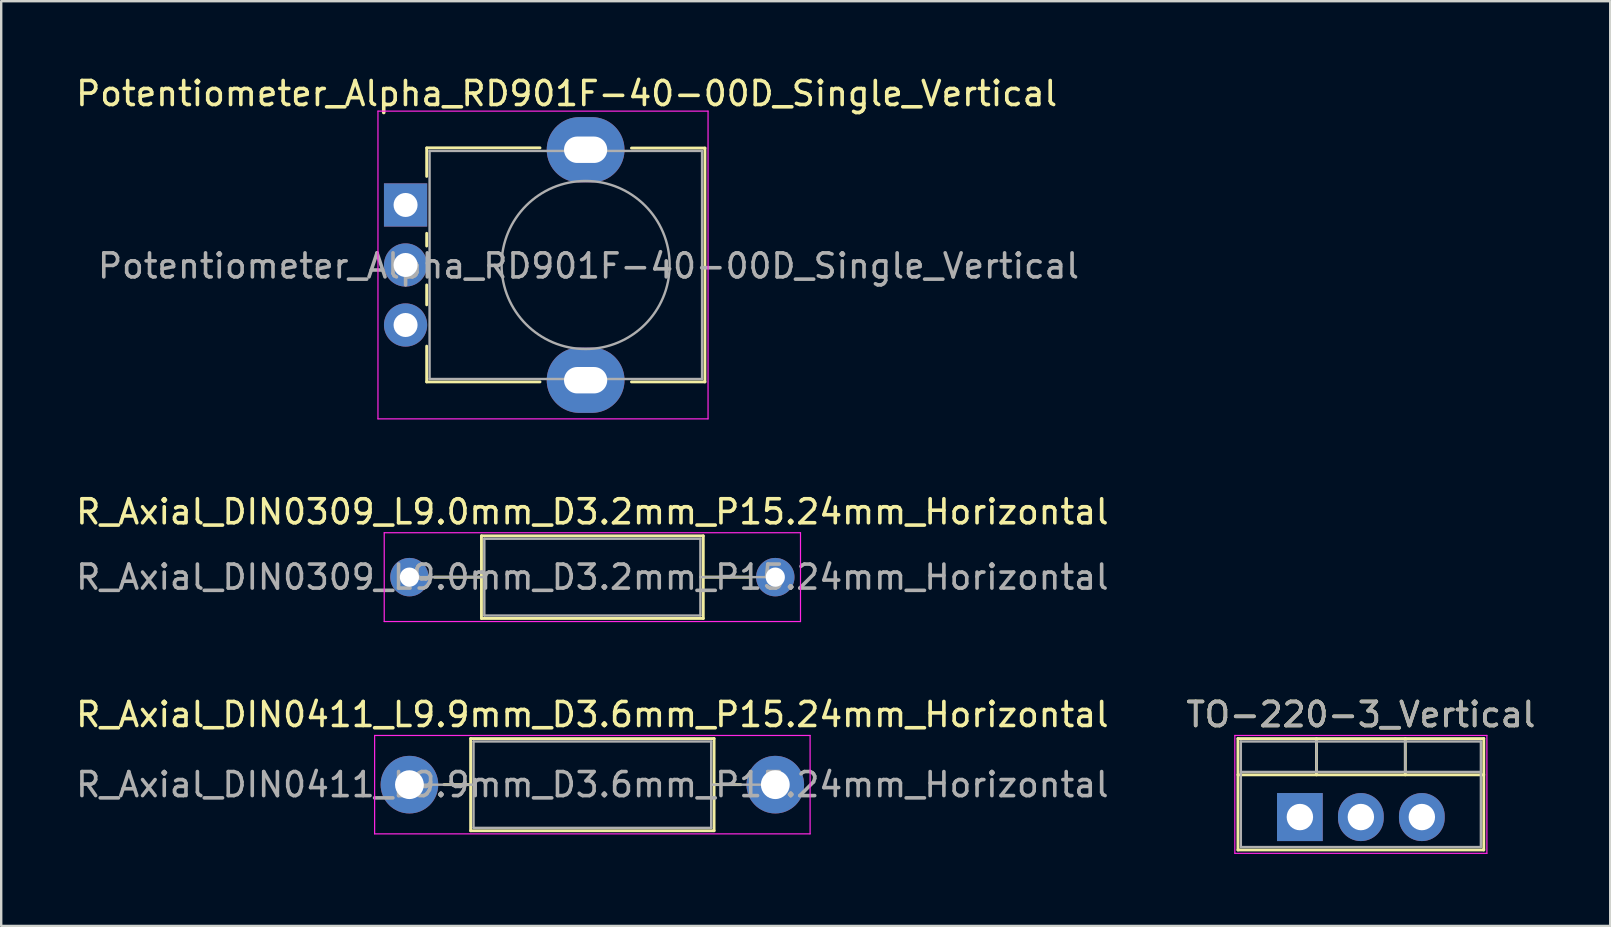
<source format=kicad_pcb>
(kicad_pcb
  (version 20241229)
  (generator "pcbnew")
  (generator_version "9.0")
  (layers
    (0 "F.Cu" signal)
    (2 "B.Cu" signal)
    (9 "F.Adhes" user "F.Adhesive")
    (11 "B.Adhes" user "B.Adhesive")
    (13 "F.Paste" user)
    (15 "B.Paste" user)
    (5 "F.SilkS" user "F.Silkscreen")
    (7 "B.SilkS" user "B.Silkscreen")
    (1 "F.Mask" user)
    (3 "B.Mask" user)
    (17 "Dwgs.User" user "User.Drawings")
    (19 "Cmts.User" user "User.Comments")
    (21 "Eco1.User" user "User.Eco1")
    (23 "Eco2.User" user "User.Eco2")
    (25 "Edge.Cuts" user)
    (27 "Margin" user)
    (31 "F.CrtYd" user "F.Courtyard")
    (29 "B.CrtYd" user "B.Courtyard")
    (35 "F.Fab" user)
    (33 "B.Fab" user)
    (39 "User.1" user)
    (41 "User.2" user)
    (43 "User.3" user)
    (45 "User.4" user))
  (footprint "R_Axial_DIN0309_L9.0mm_D3.2mm_P15.24mm_Horizontal"
    (layer "F.Cu")
    (at 14.005 20.991)
    (property "Reference" "R_Axial_DIN0309_L9.0mm_D3.2mm_P15.24mm_Horizontal" (at 7.62 -2.72 0) (layer "F.SilkS") (effects (font (size 1 1) (thickness 0.15))))
    (attr through_hole)
    (fp_line (start 1.04 0) (end 3 0) (stroke (width 0.12) (type solid)) (layer "F.SilkS"))
    (fp_line (start 3 -1.72) (end 3 1.72) (stroke (width 0.12) (type solid)) (layer "F.SilkS"))
    (fp_line (start 3 1.72) (end 12.24 1.72) (stroke (width 0.12) (type solid)) (layer "F.SilkS"))
    (fp_line (start 12.24 -1.72) (end 3 -1.72) (stroke (width 0.12) (type solid)) (layer "F.SilkS"))
    (fp_line (start 12.24 1.72) (end 12.24 -1.72) (stroke (width 0.12) (type solid)) (layer "F.SilkS"))
    (fp_line (start 14.2 0) (end 12.24 0) (stroke (width 0.12) (type solid)) (layer "F.SilkS"))
    (fp_line (start -1.05 -1.85) (end -1.05 1.85) (stroke (width 0.05) (type solid)) (layer "F.CrtYd"))
    (fp_line (start -1.05 1.85) (end 16.29 1.85) (stroke (width 0.05) (type solid)) (layer "F.CrtYd"))
    (fp_line (start 16.29 -1.85) (end -1.05 -1.85) (stroke (width 0.05) (type solid)) (layer "F.CrtYd"))
    (fp_line (start 16.29 1.85) (end 16.29 -1.85) (stroke (width 0.05) (type solid)) (layer "F.CrtYd"))
    (fp_line (start 0 0) (end 3.12 0) (stroke (width 0.1) (type solid)) (layer "F.Fab"))
    (fp_line (start 3.12 -1.6) (end 3.12 1.6) (stroke (width 0.1) (type solid)) (layer "F.Fab"))
    (fp_line (start 3.12 1.6) (end 12.12 1.6) (stroke (width 0.1) (type solid)) (layer "F.Fab"))
    (fp_line (start 12.12 -1.6) (end 3.12 -1.6) (stroke (width 0.1) (type solid)) (layer "F.Fab"))
    (fp_line (start 12.12 1.6) (end 12.12 -1.6) (stroke (width 0.1) (type solid)) (layer "F.Fab"))
    (fp_line (start 15.24 0) (end 12.12 0) (stroke (width 0.1) (type solid)) (layer "F.Fab"))
    (fp_text user "${REFERENCE}" (at 7.62 0 0) (layer "F.Fab") (effects (font (size 1 1) (thickness 0.15))))
    (pad "1" thru_hole circle (at 0 0) (size 1.6 1.6) (drill 0.8) (layers "*.Cu" "*.Mask"))
    (pad "2" thru_hole oval (at 15.24 0) (size 1.6 1.6) (drill 0.8) (layers "*.Cu" "*.Mask")))
  (footprint "Potentiometer_Alpha_RD901F-40-00D_Single_Vertical"
    (layer "F.Cu")
    (at 13.844 5.488)
    (property "Reference" "Potentiometer_Alpha_RD901F-40-00D_Single_Vertical" (at 6.71 -4.64 180) (layer "F.SilkS") (effects (font (size 1 1) (thickness 0.15))))
    (attr through_hole)
    (fp_line (start 0.88 -2.38) (end 5.6 -2.38) (stroke (width 0.12) (type solid)) (layer "F.SilkS"))
    (fp_line (start 0.88 -1.19) (end 0.88 -2.37) (stroke (width 0.12) (type solid)) (layer "F.SilkS"))
    (fp_line (start 0.88 1.71) (end 0.88 1.18) (stroke (width 0.12) (type solid)) (layer "F.SilkS"))
    (fp_line (start 0.88 4.16) (end 0.88 3.33) (stroke (width 0.12) (type solid)) (layer "F.SilkS"))
    (fp_line (start 0.88 7.37) (end 0.88 5.88) (stroke (width 0.12) (type solid)) (layer "F.SilkS"))
    (fp_line (start 0.88 7.37) (end 5.6 7.37) (stroke (width 0.12) (type solid)) (layer "F.SilkS"))
    (fp_line (start 9.41 -2.37) (end 12.47 -2.37) (stroke (width 0.12) (type solid)) (layer "F.SilkS"))
    (fp_line (start 9.41 7.37) (end 12.47 7.37) (stroke (width 0.12) (type solid)) (layer "F.SilkS"))
    (fp_line (start 12.47 7.37) (end 12.47 -2.37) (stroke (width 0.12) (type solid)) (layer "F.SilkS"))
    (fp_line (start -1.15 -3.91) (end -1.15 8.91) (stroke (width 0.05) (type solid)) (layer "F.CrtYd"))
    (fp_line (start -1.15 8.91) (end 12.6 8.91) (stroke (width 0.05) (type solid)) (layer "F.CrtYd"))
    (fp_line (start 12.6 -3.91) (end -1.15 -3.91) (stroke (width 0.05) (type solid)) (layer "F.CrtYd"))
    (fp_line (start 12.6 8.91) (end 12.6 -3.91) (stroke (width 0.05) (type solid)) (layer "F.CrtYd"))
    (fp_line (start 1 -2.25) (end 12.35 -2.25) (stroke (width 0.1) (type solid)) (layer "F.Fab"))
    (fp_line (start 1 7.25) (end 1 -2.25) (stroke (width 0.1) (type solid)) (layer "F.Fab"))
    (fp_line (start 1 7.25) (end 12.35 7.25) (stroke (width 0.1) (type solid)) (layer "F.Fab"))
    (fp_line (start 12.35 7.25) (end 12.35 -2.25) (stroke (width 0.1) (type solid)) (layer "F.Fab"))
    (fp_circle (center 7.5 2.5) (end 7.5 -1) (stroke (width 0.1) (type solid)) (fill no) (layer "F.Fab"))
    (fp_text user "${REFERENCE}" (at 7.62 2.54 0) (layer "F.Fab") (effects (font (size 1 1) (thickness 0.15))))
    (pad "" thru_hole oval (at 7.5 -2.3 90) (size 2.72 3.24) (drill oval 1.1 1.8) (layers "*.Cu" "*.Mask"))
    (pad "" thru_hole oval (at 7.5 7.3 90) (size 2.72 3.24) (drill oval 1.1 1.8) (layers "*.Cu" "*.Mask"))
    (pad "1" thru_hole rect (at 0 0 90) (size 1.8 1.8) (drill 1) (layers "*.Cu" "*.Mask"))
    (pad "2" thru_hole circle (at 0 2.5 90) (size 1.8 1.8) (drill 1) (layers "*.Cu" "*.Mask"))
    (pad "3" thru_hole circle (at 0 5 90) (size 1.8 1.8) (drill 1) (layers "*.Cu" "*.Mask")))
  (footprint "R_Axial_DIN0411_L9.9mm_D3.6mm_P15.24mm_Horizontal"
    (layer "F.Cu")
    (at 14.005 29.635)
    (property "Reference" "R_Axial_DIN0411_L9.9mm_D3.6mm_P15.24mm_Horizontal" (at 7.62 -2.92 180) (layer "F.SilkS") (effects (font (size 1 1) (thickness 0.15))))
    (attr through_hole)
    (fp_line (start 1.44 0) (end 2.55 0) (stroke (width 0.12) (type solid)) (layer "F.SilkS"))
    (fp_line (start 2.55 -1.92) (end 2.55 1.92) (stroke (width 0.12) (type solid)) (layer "F.SilkS"))
    (fp_line (start 2.55 1.92) (end 12.69 1.92) (stroke (width 0.12) (type solid)) (layer "F.SilkS"))
    (fp_line (start 12.69 -1.92) (end 2.55 -1.92) (stroke (width 0.12) (type solid)) (layer "F.SilkS"))
    (fp_line (start 12.69 1.92) (end 12.69 -1.92) (stroke (width 0.12) (type solid)) (layer "F.SilkS"))
    (fp_line (start 13.8 0) (end 12.69 0) (stroke (width 0.12) (type solid)) (layer "F.SilkS"))
    (fp_line (start -1.45 -2.05) (end -1.45 2.05) (stroke (width 0.05) (type solid)) (layer "F.CrtYd"))
    (fp_line (start -1.45 2.05) (end 16.69 2.05) (stroke (width 0.05) (type solid)) (layer "F.CrtYd"))
    (fp_line (start 16.69 -2.05) (end -1.45 -2.05) (stroke (width 0.05) (type solid)) (layer "F.CrtYd"))
    (fp_line (start 16.69 2.05) (end 16.69 -2.05) (stroke (width 0.05) (type solid)) (layer "F.CrtYd"))
    (fp_line (start 0 0) (end 2.67 0) (stroke (width 0.1) (type solid)) (layer "F.Fab"))
    (fp_line (start 2.67 -1.8) (end 2.67 1.8) (stroke (width 0.1) (type solid)) (layer "F.Fab"))
    (fp_line (start 2.67 1.8) (end 12.57 1.8) (stroke (width 0.1) (type solid)) (layer "F.Fab"))
    (fp_line (start 12.57 -1.8) (end 2.67 -1.8) (stroke (width 0.1) (type solid)) (layer "F.Fab"))
    (fp_line (start 12.57 1.8) (end 12.57 -1.8) (stroke (width 0.1) (type solid)) (layer "F.Fab"))
    (fp_line (start 15.24 0) (end 12.57 0) (stroke (width 0.1) (type solid)) (layer "F.Fab"))
    (fp_text user "${REFERENCE}" (at 7.62 0 180) (layer "F.Fab") (effects (font (size 1 1) (thickness 0.15))))
    (pad "1" thru_hole circle (at 0 0) (size 2.4 2.4) (drill 1.2) (layers "*.Cu" "*.Mask"))
    (pad "2" thru_hole oval (at 15.24 0) (size 2.4 2.4) (drill 1.2) (layers "*.Cu" "*.Mask")))
  (footprint "TO-220-3_Vertical"
    (layer "F.Cu")
    (at 51.097 30.985)
    (property "Reference" "TO-220-3_Vertical" (at 2.54 -4.27 0) (layer "F.SilkS") (effects (font (size 1 1) (thickness 0.15))))
    (attr through_hole)
    (fp_line (start -2.58 -3.27) (end -2.58 1.371) (stroke (width 0.12) (type solid)) (layer "F.SilkS"))
    (fp_line (start -2.58 -3.27) (end 7.66 -3.27) (stroke (width 0.12) (type solid)) (layer "F.SilkS"))
    (fp_line (start -2.58 -1.76) (end 7.66 -1.76) (stroke (width 0.12) (type solid)) (layer "F.SilkS"))
    (fp_line (start -2.58 1.371) (end 7.66 1.371) (stroke (width 0.12) (type solid)) (layer "F.SilkS"))
    (fp_line (start 0.69 -3.27) (end 0.69 -1.76) (stroke (width 0.12) (type solid)) (layer "F.SilkS"))
    (fp_line (start 4.391 -3.27) (end 4.391 -1.76) (stroke (width 0.12) (type solid)) (layer "F.SilkS"))
    (fp_line (start 7.66 -3.27) (end 7.66 1.371) (stroke (width 0.12) (type solid)) (layer "F.SilkS"))
    (fp_line (start -2.71 -3.4) (end -2.71 1.51) (stroke (width 0.05) (type solid)) (layer "F.CrtYd"))
    (fp_line (start -2.71 1.51) (end 7.79 1.51) (stroke (width 0.05) (type solid)) (layer "F.CrtYd"))
    (fp_line (start 7.79 -3.4) (end -2.71 -3.4) (stroke (width 0.05) (type solid)) (layer "F.CrtYd"))
    (fp_line (start 7.79 1.51) (end 7.79 -3.4) (stroke (width 0.05) (type solid)) (layer "F.CrtYd"))
    (fp_line (start -2.46 -3.15) (end -2.46 1.25) (stroke (width 0.1) (type solid)) (layer "F.Fab"))
    (fp_line (start -2.46 -1.88) (end 7.54 -1.88) (stroke (width 0.1) (type solid)) (layer "F.Fab"))
    (fp_line (start -2.46 1.25) (end 7.54 1.25) (stroke (width 0.1) (type solid)) (layer "F.Fab"))
    (fp_line (start 0.69 -3.15) (end 0.69 -1.88) (stroke (width 0.1) (type solid)) (layer "F.Fab"))
    (fp_line (start 4.39 -3.15) (end 4.39 -1.88) (stroke (width 0.1) (type solid)) (layer "F.Fab"))
    (fp_line (start 7.54 -3.15) (end -2.46 -3.15) (stroke (width 0.1) (type solid)) (layer "F.Fab"))
    (fp_line (start 7.54 1.25) (end 7.54 -3.15) (stroke (width 0.1) (type solid)) (layer "F.Fab"))
    (fp_text user "${REFERENCE}" (at 2.54 -4.27 0) (layer "F.Fab") (effects (font (size 1 1) (thickness 0.15))))
    (pad "1" thru_hole rect (at 0 0) (size 1.905 2) (drill 1.1) (layers "*.Cu" "*.Mask"))
    (pad "2" thru_hole oval (at 2.54 0) (size 1.905 2) (drill 1.1) (layers "*.Cu" "*.Mask"))
    (pad "3" thru_hole oval (at 5.08 0) (size 1.905 2) (drill 1.1) (layers "*.Cu" "*.Mask")))
  (gr_rect
    (start -3 -3)
    (end 64.024 35.52)
    (stroke (width 0.1) (type default))
    (fill no)
    (layer "Edge.Cuts")))
</source>
